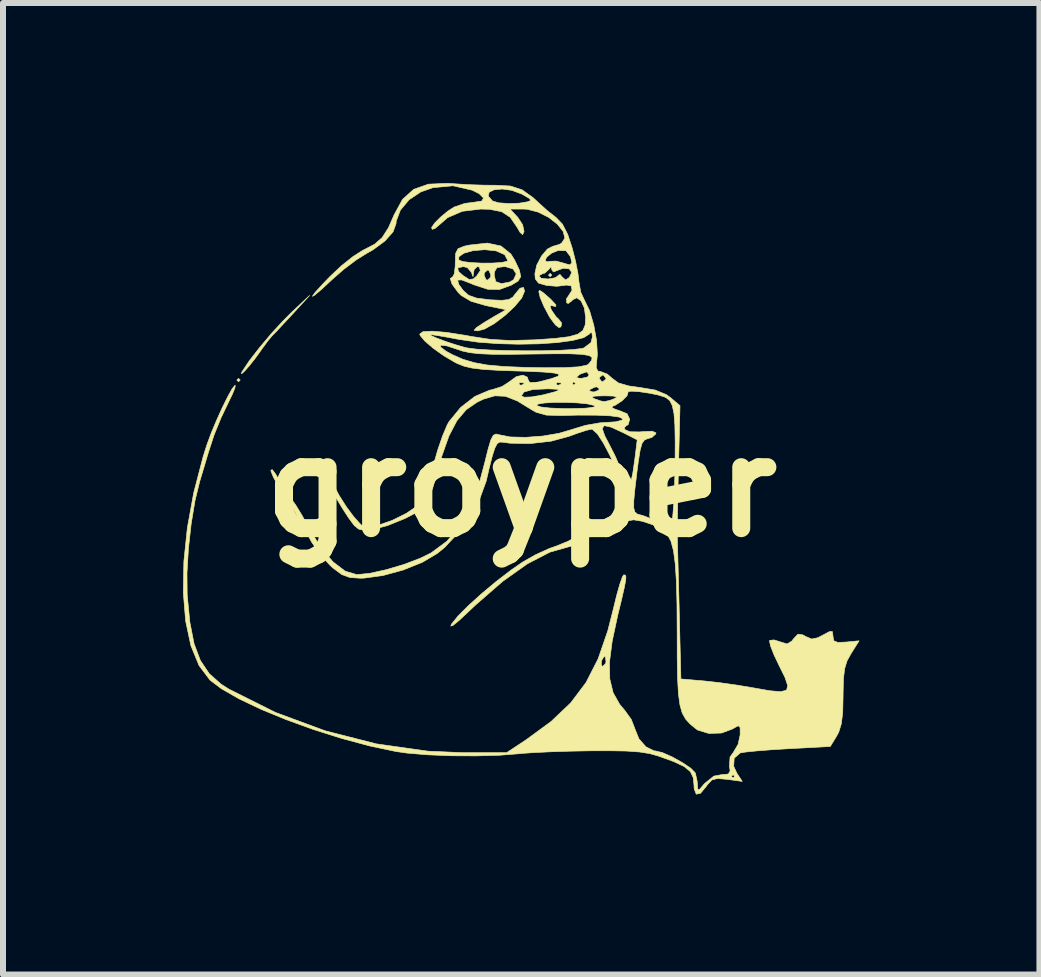
<source format=kicad_pcb>
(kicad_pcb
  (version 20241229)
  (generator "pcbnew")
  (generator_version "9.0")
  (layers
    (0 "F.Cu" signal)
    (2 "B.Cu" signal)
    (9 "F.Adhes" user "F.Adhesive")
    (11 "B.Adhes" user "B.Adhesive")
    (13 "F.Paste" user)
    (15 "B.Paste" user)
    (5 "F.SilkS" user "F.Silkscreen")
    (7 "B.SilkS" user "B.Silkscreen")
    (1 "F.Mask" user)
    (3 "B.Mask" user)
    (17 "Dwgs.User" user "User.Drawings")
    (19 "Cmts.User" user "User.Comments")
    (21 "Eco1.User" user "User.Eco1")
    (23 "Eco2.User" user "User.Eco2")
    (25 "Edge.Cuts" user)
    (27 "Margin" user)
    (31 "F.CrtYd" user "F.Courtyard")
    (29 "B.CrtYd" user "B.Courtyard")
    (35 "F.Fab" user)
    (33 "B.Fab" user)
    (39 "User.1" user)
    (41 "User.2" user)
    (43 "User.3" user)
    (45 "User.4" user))
  (footprint "groyper"
    (layer "F.Cu")
    (at 5.638 5.062)
    (property "Reference" "groyper" (at 0 0 0) (layer "F.SilkS") (effects (font (size 1.524 1.524) (thickness 0.3))))
    (attr through_hole)
    (fp_poly (pts (xy -4.685 -1.778) (xy -4.713 -1.75) (xy -4.741 -1.778) (xy -4.713 -1.806) (xy -4.685 -1.778)) (stroke (width 0.01) (type solid)) (fill yes) (layer "F.SilkS"))
    (fp_poly (pts (xy 0.508 -3.528) (xy 0.48 -3.5) (xy 0.452 -3.528) (xy 0.48 -3.556) (xy 0.508 -3.528)) (stroke (width 0.01) (type solid)) (fill yes) (layer "F.SilkS"))
    (fp_poly (pts (xy -3.81 -2.881) (xy -3.957 -2.723) (xy -4.078 -2.593) (xy -4.151 -2.518) (xy -4.154 -2.515) (xy -4.224 -2.432) (xy -4.321 -2.3) (xy -4.35 -2.258) (xy -4.44 -2.134) (xy -4.533 -2.017) (xy -4.613 -1.926) (xy -4.662 -1.882) (xy -4.662 -1.902) (xy -4.653 -1.919) (xy -4.537 -2.094) (xy -4.365 -2.316) (xy -4.165 -2.554) (xy -3.961 -2.775) (xy -3.829 -2.907) (xy -3.528 -3.189) (xy -3.81 -2.881)) (stroke (width 0.01) (type solid)) (fill yes) (layer "F.SilkS"))
    (fp_poly (pts (xy 0.359 -3.239) (xy 0.461 -3.151) (xy 0.491 -3.124) (xy 0.576 -3.032) (xy 0.573 -3.003) (xy 0.549 -3.009) (xy 0.481 -3.022) (xy 0.492 -2.967) (xy 0.507 -2.937) (xy 0.579 -2.833) (xy 0.621 -2.794) (xy 0.673 -2.727) (xy 0.66 -2.665) (xy 0.626 -2.653) (xy 0.568 -2.697) (xy 0.486 -2.807) (xy 0.463 -2.843) (xy 0.374 -3.011) (xy 0.313 -3.157) (xy 0.291 -3.252) (xy 0.304 -3.274) (xy 0.359 -3.239)) (stroke (width 0.01) (type solid)) (fill yes) (layer "F.SilkS"))
    (fp_poly (pts (xy -0.339 -4.012) (xy -0.175 -3.88) (xy -0.113 -3.781) (xy -0.031 -3.608) (xy -0.01 -3.5) (xy -0.055 -3.428) (xy -0.167 -3.36) (xy -0.363 -3.288) (xy -0.559 -3.291) (xy -0.795 -3.368) (xy -0.833 -3.385) (xy -0.993 -3.447) (xy -1.062 -3.444) (xy -1.043 -3.373) (xy -0.968 -3.27) (xy -0.878 -3.191) (xy -0.746 -3.144) (xy -0.539 -3.118) (xy -0.521 -3.116) (xy -0.325 -3.107) (xy -0.209 -3.12) (xy -0.141 -3.161) (xy -0.104 -3.211) (xy -0.022 -3.309) (xy 0.037 -3.322) (xy 0.054 -3.26) (xy 0.007 -3.147) (xy -0.112 -3.004) (xy -0.273 -2.854) (xy -0.45 -2.72) (xy -0.614 -2.628) (xy -0.728 -2.598) (xy -0.787 -2.607) (xy -0.754 -2.647) (xy -0.724 -2.669) (xy -0.611 -2.743) (xy -0.461 -2.833) (xy -0.442 -2.844) (xy -0.254 -2.951) (xy -0.589 -3.019) (xy -0.836 -3.09) (xy -1.002 -3.188) (xy -1.054 -3.24) (xy -1.156 -3.38) (xy -1.184 -3.471) (xy -1.143 -3.499) (xy -1.117 -3.55) (xy -1.105 -3.649) (xy -1.059 -3.649) (xy -1.049 -3.59) (xy -0.974 -3.522) (xy -0.87 -3.455) (xy -0.801 -3.463) (xy -0.745 -3.511) (xy -0.734 -3.528) (xy -0.621 -3.528) (xy -0.59 -3.453) (xy -0.564 -3.443) (xy -0.514 -3.489) (xy -0.508 -3.528) (xy -0.452 -3.528) (xy -0.427 -3.419) (xy -0.336 -3.387) (xy -0.322 -3.387) (xy -0.191 -3.413) (xy -0.129 -3.45) (xy -0.085 -3.547) (xy -0.136 -3.628) (xy -0.262 -3.668) (xy -0.288 -3.669) (xy -0.406 -3.652) (xy -0.448 -3.583) (xy -0.452 -3.528) (xy -0.508 -3.528) (xy -0.538 -3.603) (xy -0.564 -3.612) (xy -0.615 -3.567) (xy -0.621 -3.528) (xy -0.734 -3.528) (xy -0.683 -3.604) (xy -0.701 -3.662) (xy -0.734 -3.669) (xy -0.785 -3.622) (xy -0.797 -3.57) (xy -0.805 -3.501) (xy -0.821 -3.541) (xy -0.829 -3.57) (xy -0.899 -3.652) (xy -0.964 -3.669) (xy -1.059 -3.649) (xy -1.105 -3.649) (xy -1.102 -3.676) (xy -1.101 -3.739) (xy -1.099 -3.779) (xy -1.042 -3.779) (xy -0.976 -3.753) (xy -0.837 -3.736) (xy -0.66 -3.727) (xy -0.478 -3.728) (xy -0.325 -3.738) (xy -0.236 -3.758) (xy -0.226 -3.77) (xy -0.278 -3.868) (xy -0.42 -3.931) (xy -0.608 -3.951) (xy -0.805 -3.935) (xy -0.958 -3.892) (xy -1.042 -3.832) (xy -1.042 -3.779) (xy -1.099 -3.779) (xy -1.095 -3.89) (xy -1.055 -3.967) (xy -0.952 -4.009) (xy -0.865 -4.028) (xy -0.566 -4.061) (xy -0.339 -4.012)) (stroke (width 0.01) (type solid)) (fill yes) (layer "F.SilkS"))
    (fp_poly (pts (xy -1.157 -5.052) (xy -0.893 -5.035) (xy -0.614 -5.026) (xy -0.433 -5.025) (xy -0.182 -5.012) (xy 0.012 -4.949) (xy 0.197 -4.817) (xy 0.293 -4.728) (xy 0.438 -4.597) (xy 0.579 -4.487) (xy 0.684 -4.378) (xy 0.773 -4.205) (xy 0.847 -3.98) (xy 0.904 -3.757) (xy 0.944 -3.553) (xy 0.96 -3.414) (xy 0.99 -3.242) (xy 1.05 -3.113) (xy 1.136 -2.937) (xy 1.207 -2.695) (xy 1.254 -2.435) (xy 1.267 -2.203) (xy 1.26 -2.131) (xy 1.247 -1.99) (xy 1.273 -1.93) (xy 1.324 -1.919) (xy 1.432 -1.878) (xy 1.515 -1.806) (xy 1.618 -1.73) (xy 1.793 -1.68) (xy 1.967 -1.656) (xy 2.231 -1.612) (xy 2.416 -1.536) (xy 2.485 -1.486) (xy 2.644 -1.352) (xy 2.619 -0.323) (xy 2.611 0.013) (xy 2.605 0.316) (xy 2.601 0.566) (xy 2.598 0.741) (xy 2.599 0.818) (xy 2.601 0.908) (xy 2.606 1.091) (xy 2.613 1.349) (xy 2.621 1.662) (xy 2.63 2.011) (xy 2.631 2.067) (xy 2.659 3.203) (xy 3.037 3.235) (xy 3.292 3.263) (xy 3.591 3.305) (xy 3.855 3.349) (xy 4.139 3.399) (xy 4.323 3.415) (xy 4.42 3.389) (xy 4.439 3.313) (xy 4.393 3.176) (xy 4.3 2.988) (xy 4.21 2.799) (xy 4.152 2.65) (xy 4.135 2.566) (xy 4.138 2.56) (xy 4.212 2.552) (xy 4.316 2.585) (xy 4.429 2.619) (xy 4.506 2.573) (xy 4.536 2.534) (xy 4.61 2.456) (xy 4.692 2.468) (xy 4.737 2.494) (xy 4.838 2.537) (xy 4.94 2.516) (xy 5.025 2.472) (xy 5.138 2.412) (xy 5.184 2.413) (xy 5.193 2.479) (xy 5.193 2.492) (xy 5.208 2.567) (xy 5.274 2.594) (xy 5.411 2.588) (xy 5.629 2.567) (xy 5.496 2.778) (xy 5.428 2.901) (xy 5.388 3.031) (xy 5.368 3.201) (xy 5.362 3.446) (xy 5.362 3.484) (xy 5.356 3.758) (xy 5.333 3.949) (xy 5.29 4.088) (xy 5.255 4.154) (xy 5.149 4.328) (xy 4.44 4.366) (xy 4.162 4.383) (xy 3.922 4.402) (xy 3.743 4.42) (xy 3.65 4.435) (xy 3.648 4.436) (xy 3.547 4.523) (xy 3.539 4.658) (xy 3.591 4.772) (xy 3.682 4.91) (xy 3.432 4.876) (xy 3.27 4.862) (xy 3.175 4.886) (xy 3.103 4.963) (xy 3.085 4.989) (xy 2.986 5.108) (xy 2.915 5.123) (xy 2.88 5.033) (xy 2.878 4.981) (xy 2.865 4.848) (xy 2.817 4.747) (xy 2.714 4.662) (xy 2.538 4.579) (xy 2.286 4.488) (xy 2.142 4.447) (xy 1.972 4.42) (xy 1.753 4.404) (xy 1.463 4.399) (xy 1.156 4.4) (xy 0.825 4.406) (xy 0.503 4.416) (xy 0.223 4.429) (xy 0.014 4.443) (xy -0.03 4.448) (xy -0.362 4.474) (xy -0.752 4.485) (xy -1.164 4.483) (xy -1.561 4.467) (xy -1.906 4.438) (xy -2.088 4.412) (xy -2.528 4.319) (xy -2.993 4.194) (xy -3.462 4.046) (xy -3.918 3.881) (xy -4.339 3.708) (xy -4.706 3.533) (xy -5 3.364) (xy -5.188 3.222) (xy -5.371 2.979) (xy -5.507 2.647) (xy -5.594 2.239) (xy -5.633 1.767) (xy -5.624 1.245) (xy -5.566 0.685) (xy -5.46 0.101) (xy -5.305 -0.494) (xy -5.24 -0.7) (xy -5.17 -0.89) (xy -5.08 -1.105) (xy -4.984 -1.317) (xy -4.892 -1.503) (xy -4.817 -1.637) (xy -4.77 -1.693) (xy -4.768 -1.693) (xy -4.772 -1.649) (xy -4.818 -1.537) (xy -4.845 -1.482) (xy -5.003 -1.152) (xy -5.12 -0.865) (xy -5.216 -0.57) (xy -5.218 -0.564) (xy -5.279 -0.358) (xy -5.336 -0.168) (xy -5.361 -0.085) (xy -5.438 0.23) (xy -5.502 0.616) (xy -5.548 1.032) (xy -5.572 1.437) (xy -5.569 1.79) (xy -5.568 1.806) (xy -5.524 2.258) (xy -5.454 2.616) (xy -5.348 2.896) (xy -5.201 3.115) (xy -5.003 3.29) (xy -4.876 3.371) (xy -4.097 3.761) (xy -3.268 4.067) (xy -2.413 4.285) (xy -1.556 4.406) (xy -0.983 4.431) (xy -0.244 4.431) (xy 0.089 4.21) (xy 0.498 3.91) (xy 0.823 3.601) (xy 1.079 3.261) (xy 1.222 2.98) (xy 1.333 2.98) (xy 1.356 2.992) (xy 1.405 2.946) (xy 1.411 2.907) (xy 1.399 2.832) (xy 1.389 2.822) (xy 1.353 2.866) (xy 1.334 2.907) (xy 1.333 2.98) (xy 1.222 2.98) (xy 1.28 2.867) (xy 1.441 2.399) (xy 1.531 2.046) (xy 1.589 1.808) (xy 1.643 1.618) (xy 1.686 1.498) (xy 1.706 1.468) (xy 1.732 1.472) (xy 1.743 1.499) (xy 1.738 1.565) (xy 1.714 1.689) (xy 1.668 1.889) (xy 1.607 2.139) (xy 1.514 2.573) (xy 1.469 2.922) (xy 1.474 3.202) (xy 1.529 3.43) (xy 1.637 3.623) (xy 1.727 3.731) (xy 1.833 3.879) (xy 1.894 4.037) (xy 1.895 4.041) (xy 1.96 4.201) (xy 2.077 4.334) (xy 2.211 4.4) (xy 2.238 4.403) (xy 2.353 4.431) (xy 2.514 4.502) (xy 2.683 4.596) (xy 2.824 4.691) (xy 2.898 4.767) (xy 2.9 4.772) (xy 2.93 4.907) (xy 2.935 4.979) (xy 2.942 5.049) (xy 2.975 5.038) (xy 3.052 4.947) (xy 3.203 4.826) (xy 3.5 4.826) (xy 3.528 4.854) (xy 3.556 4.826) (xy 3.528 4.798) (xy 3.5 4.826) (xy 3.203 4.826) (xy 3.207 4.822) (xy 3.335 4.798) (xy 3.45 4.787) (xy 3.48 4.734) (xy 3.468 4.662) (xy 3.478 4.504) (xy 3.537 4.421) (xy 3.613 4.291) (xy 3.647 4.133) (xy 3.646 4.011) (xy 3.615 3.982) (xy 3.531 4.028) (xy 3.522 4.035) (xy 3.337 4.104) (xy 3.125 4.111) (xy 2.941 4.055) (xy 2.911 4.035) (xy 2.813 3.954) (xy 2.737 3.871) (xy 2.681 3.77) (xy 2.643 3.634) (xy 2.618 3.448) (xy 2.604 3.197) (xy 2.598 2.864) (xy 2.597 2.434) (xy 2.597 2.434) (xy 2.594 1.955) (xy 2.584 1.577) (xy 2.565 1.285) (xy 2.536 1.067) (xy 2.494 0.91) (xy 2.437 0.8) (xy 2.364 0.726) (xy 2.344 0.712) (xy 2.19 0.633) (xy 2.021 0.576) (xy 1.872 0.551) (xy 1.78 0.566) (xy 1.771 0.575) (xy 1.719 0.592) (xy 1.688 0.556) (xy 1.639 0.517) (xy 1.553 0.533) (xy 1.43 0.593) (xy 1.246 0.704) (xy 1.072 0.829) (xy 1.053 0.845) (xy 0.926 0.938) (xy 0.825 0.991) (xy 0.813 0.994) (xy 0.475 1.09) (xy 0.102 1.283) (xy -0.309 1.575) (xy -0.762 1.969) (xy -0.871 2.072) (xy -1.039 2.229) (xy -1.143 2.313) (xy -1.177 2.321) (xy -1.159 2.283) (xy -1.055 2.154) (xy -0.881 1.98) (xy -0.661 1.781) (xy -0.418 1.578) (xy -0.174 1.391) (xy 0.023 1.254) (xy 0.235 1.134) (xy 0.463 1.03) (xy 0.579 0.989) (xy 0.77 0.912) (xy 0.994 0.792) (xy 1.166 0.68) (xy 1.347 0.564) (xy 1.51 0.482) (xy 1.618 0.452) (xy 1.721 0.424) (xy 1.75 0.322) (xy 1.75 0.319) (xy 1.727 0.155) (xy 1.667 -0.057) (xy 1.579 -0.291) (xy 1.476 -0.522) (xy 1.369 -0.726) (xy 1.269 -0.879) (xy 1.187 -0.955) (xy 1.169 -0.96) (xy 1.082 -0.94) (xy 0.929 -0.89) (xy 0.79 -0.839) (xy 0.493 -0.759) (xy 0.147 -0.72) (xy -0.189 -0.726) (xy -0.304 -0.742) (xy -0.359 -0.745) (xy -0.402 -0.719) (xy -0.441 -0.646) (xy -0.485 -0.509) (xy -0.54 -0.291) (xy -0.585 -0.095) (xy -0.729 0.298) (xy -0.966 0.675) (xy -1.276 1.009) (xy -1.401 1.111) (xy -1.65 1.259) (xy -1.966 1.386) (xy -2.305 1.479) (xy -2.62 1.522) (xy -2.68 1.524) (xy -2.857 1.512) (xy -2.994 1.462) (xy -3.141 1.352) (xy -3.182 1.315) (xy -3.347 1.135) (xy -3.496 0.92) (xy -3.544 0.83) (xy -3.643 0.642) (xy -3.779 0.411) (xy -3.923 0.189) (xy -3.925 0.186) (xy -4.044 -0.000124) (xy -4.132 -0.16) (xy -4.173 -0.263) (xy -4.174 -0.275) (xy -4.151 -0.286) (xy -4.095 -0.212) (xy -4.055 -0.141) (xy -3.958 0.027) (xy -3.86 0.169) (xy -3.836 0.198) (xy -3.761 0.302) (xy -3.657 0.473) (xy -3.545 0.676) (xy -3.532 0.7) (xy -3.342 1.013) (xy -3.138 1.252) (xy -2.934 1.407) (xy -2.742 1.464) (xy -2.738 1.464) (xy -2.523 1.442) (xy -2.248 1.381) (xy -1.955 1.294) (xy -1.684 1.191) (xy -1.503 1.102) (xy -1.241 0.908) (xy -1.024 0.656) (xy -0.845 0.33) (xy -0.695 -0.083) (xy -0.612 -0.394) (xy -0.552 -0.634) (xy -0.507 -0.783) (xy -0.467 -0.858) (xy -0.423 -0.879) (xy -0.371 -0.867) (xy -0.183 -0.83) (xy 0.072 -0.824) (xy 0.356 -0.845) (xy 0.628 -0.891) (xy 0.835 -0.952) (xy 0.899 -0.972) (xy 1.348 -0.972) (xy 1.39 -0.849) (xy 1.458 -0.72) (xy 1.566 -0.508) (xy 1.66 -0.288) (xy 1.699 -0.178) (xy 1.746 -0.046) (xy 1.787 -0.008) (xy 1.824 -0.07) (xy 1.859 -0.236) (xy 1.892 -0.466) (xy 1.931 -0.782) (xy 1.702 -0.899) (xy 1.498 -0.993) (xy 1.382 -1.019) (xy 1.348 -0.972) (xy 0.899 -0.972) (xy 1.066 -1.023) (xy 1.311 -1.066) (xy 1.413 -1.072) (xy 1.574 -1.083) (xy 1.675 -1.109) (xy 1.693 -1.129) (xy 1.639 -1.16) (xy 1.486 -1.182) (xy 1.247 -1.193) (xy 0.934 -1.194) (xy 0.661 -1.187) (xy 0.417 -1.194) (xy 0.245 -1.242) (xy 0.182 -1.278) (xy 0.056 -1.355) (xy 0.254 -1.355) (xy 0.323 -1.33) (xy 0.479 -1.312) (xy 0.695 -1.303) (xy 0.808 -1.302) (xy 1.059 -1.309) (xy 1.118 -1.315) (xy 1.51 -1.315) (xy 1.595 -1.281) (xy 1.623 -1.274) (xy 1.762 -1.217) (xy 1.806 -1.126) (xy 1.806 -1.124) (xy 1.78 -1.035) (xy 1.746 -1.016) (xy 1.715 -0.981) (xy 1.726 -0.953) (xy 1.807 -0.917) (xy 1.971 -0.914) (xy 2.014 -0.918) (xy 2.179 -0.926) (xy 2.242 -0.9) (xy 2.242 -0.882) (xy 2.175 -0.822) (xy 2.107 -0.802) (xy 2.052 -0.78) (xy 2.011 -0.722) (xy 1.979 -0.606) (xy 1.948 -0.411) (xy 1.928 -0.255) (xy 1.893 0.034) (xy 1.874 0.23) (xy 1.873 0.352) (xy 1.892 0.42) (xy 1.934 0.455) (xy 2.002 0.474) (xy 2.018 0.477) (xy 2.18 0.539) (xy 2.314 0.62) (xy 2.414 0.69) (xy 2.463 0.687) (xy 2.502 0.609) (xy 2.504 0.604) (xy 2.522 0.505) (xy 2.538 0.317) (xy 2.551 0.063) (xy 2.56 -0.233) (xy 2.562 -0.367) (xy 2.564 -0.743) (xy 2.559 -1.022) (xy 2.544 -1.22) (xy 2.516 -1.352) (xy 2.474 -1.435) (xy 2.414 -1.484) (xy 2.389 -1.496) (xy 2.276 -1.531) (xy 2.124 -1.561) (xy 1.968 -1.584) (xy 1.842 -1.593) (xy 1.78 -1.585) (xy 1.78 -1.577) (xy 1.761 -1.516) (xy 1.679 -1.433) (xy 1.569 -1.361) (xy 1.524 -1.342) (xy 1.51 -1.315) (xy 1.118 -1.315) (xy 1.2 -1.323) (xy 1.23 -1.345) (xy 1.214 -1.355) (xy 1.104 -1.381) (xy 0.937 -1.398) (xy 0.742 -1.406) (xy 0.547 -1.406) (xy 0.383 -1.396) (xy 0.276 -1.378) (xy 0.254 -1.355) (xy 0.056 -1.355) (xy -0.066 -1.43) (xy -0.264 -1.508) (xy -0.423 -1.515) (xy 0 -1.515) (xy 0.05 -1.492) (xy 0.115 -1.495) (xy 1.174 -1.495) (xy 1.214 -1.468) (xy 1.33 -1.428) (xy 1.383 -1.419) (xy 1.477 -1.44) (xy 1.552 -1.468) (xy 1.591 -1.496) (xy 1.533 -1.512) (xy 1.383 -1.516) (xy 1.226 -1.511) (xy 1.174 -1.495) (xy 0.115 -1.495) (xy 0.18 -1.498) (xy 0.366 -1.532) (xy 0.564 -1.584) (xy 0.61 -1.603) (xy 1.129 -1.603) (xy 1.175 -1.583) (xy 1.214 -1.58) (xy 1.289 -1.61) (xy 1.298 -1.635) (xy 1.257 -1.666) (xy 1.214 -1.657) (xy 1.139 -1.617) (xy 1.129 -1.603) (xy 0.61 -1.603) (xy 0.629 -1.61) (xy 0.6 -1.625) (xy 0.47 -1.631) (xy 0.442 -1.632) (xy 0.192 -1.621) (xy 0.044 -1.579) (xy 0 -1.515) (xy -0.423 -1.515) (xy -0.442 -1.516) (xy -0.631 -1.46) (xy -0.736 -1.41) (xy -0.919 -1.284) (xy -1.073 -1.102) (xy -1.206 -0.847) (xy -1.328 -0.503) (xy -1.395 -0.264) (xy -1.472 0.004) (xy -1.546 0.212) (xy -1.609 0.342) (xy -1.637 0.373) (xy -1.942 0.53) (xy -2.229 0.646) (xy -2.466 0.71) (xy -2.511 0.716) (xy -2.627 0.724) (xy -2.71 0.706) (xy -2.785 0.645) (xy -2.876 0.522) (xy -2.977 0.367) (xy -3.091 0.178) (xy -3.175 0.015) (xy -3.212 -0.09) (xy -3.213 -0.101) (xy -3.197 -0.143) (xy -3.154 -0.081) (xy -3.142 -0.055) (xy -3.038 0.142) (xy -2.913 0.338) (xy -2.785 0.509) (xy -2.674 0.631) (xy -2.596 0.677) (xy -2.595 0.677) (xy -2.395 0.645) (xy -2.154 0.561) (xy -1.919 0.445) (xy -1.733 0.318) (xy -1.688 0.274) (xy -1.636 0.176) (xy -1.569 -0.001) (xy -1.5 -0.228) (xy -1.468 -0.351) (xy -1.395 -0.608) (xy -1.313 -0.847) (xy -1.235 -1.031) (xy -1.207 -1.082) (xy -1.012 -1.321) (xy -0.775 -1.505) (xy -0.529 -1.61) (xy -0.487 -1.618) (xy -0.323 -1.67) (xy -0.228 -1.731) (xy -0.038 -1.731) (xy -0.03 -1.697) (xy 0 -1.693) (xy 0.046 -1.714) (xy 0.038 -1.731) (xy 0.583 -1.731) (xy 0.591 -1.697) (xy 0.621 -1.693) (xy 0.667 -1.714) (xy 0.663 -1.722) (xy 0.847 -1.722) (xy 0.875 -1.693) (xy 0.903 -1.722) (xy 0.875 -1.75) (xy 0.847 -1.722) (xy 0.663 -1.722) (xy 0.659 -1.731) (xy 0.592 -1.738) (xy 0.583 -1.731) (xy 0.038 -1.731) (xy -0.029 -1.738) (xy -0.038 -1.731) (xy -0.228 -1.731) (xy -0.197 -1.751) (xy -0.191 -1.757) (xy -0.082 -1.836) (xy 0.028 -1.86) (xy 0.101 -1.826) (xy 0.113 -1.784) (xy 0.14 -1.735) (xy 0.237 -1.737) (xy 0.296 -1.749) (xy 0.5 -1.802) (xy 0.512 -1.806) (xy 1.298 -1.806) (xy 1.341 -1.751) (xy 1.355 -1.75) (xy 1.409 -1.793) (xy 1.411 -1.806) (xy 1.368 -1.861) (xy 1.355 -1.863) (xy 1.3 -1.82) (xy 1.298 -1.806) (xy 0.512 -1.806) (xy 0.554 -1.821) (xy 0.915 -1.821) (xy 0.971 -1.808) (xy 1.002 -1.807) (xy 1.101 -1.828) (xy 1.129 -1.863) (xy 1.093 -1.915) (xy 0.991 -1.882) (xy 0.96 -1.863) (xy 0.915 -1.821) (xy 0.554 -1.821) (xy 0.613 -1.842) (xy 0.631 -1.873) (xy 0.551 -1.895) (xy 0.368 -1.912) (xy 0.077 -1.925) (xy -0.056 -1.929) (xy -0.393 -1.941) (xy -0.64 -1.956) (xy -0.819 -1.978) (xy -0.953 -2.009) (xy -1.065 -2.053) (xy -1.107 -2.074) (xy -1.293 -2.184) (xy -1.469 -2.309) (xy -1.492 -2.329) (xy -1.348 -2.329) (xy -1.254 -2.259) (xy -1.148 -2.201) (xy -0.975 -2.125) (xy -0.788 -2.069) (xy -0.566 -2.029) (xy -0.287 -2.004) (xy 0.069 -1.989) (xy 0.37 -1.984) (xy 0.715 -1.985) (xy 0.953 -1.999) (xy 1.088 -2.026) (xy 1.118 -2.043) (xy 1.171 -2.107) (xy 1.179 -2.154) (xy 1.13 -2.187) (xy 1.012 -2.207) (xy 0.813 -2.216) (xy 0.524 -2.216) (xy 0.187 -2.212) (xy -0.195 -2.207) (xy -0.483 -2.208) (xy -0.698 -2.217) (xy -0.858 -2.235) (xy -0.982 -2.262) (xy -1.055 -2.287) (xy -1.242 -2.348) (xy -1.342 -2.36) (xy -1.348 -2.329) (xy -1.492 -2.329) (xy -1.608 -2.428) (xy -1.685 -2.52) (xy -1.691 -2.536) (xy -1.515 -2.536) (xy -1.501 -2.518) (xy -1.409 -2.477) (xy -1.268 -2.424) (xy -1.108 -2.371) (xy -0.958 -2.327) (xy -0.903 -2.314) (xy -0.751 -2.294) (xy -0.523 -2.279) (xy -0.245 -2.27) (xy 0.059 -2.266) (xy 0.362 -2.267) (xy 0.639 -2.274) (xy 0.864 -2.287) (xy 1.011 -2.305) (xy 1.041 -2.313) (xy 1.16 -2.402) (xy 1.184 -2.496) (xy 1.175 -2.578) (xy 1.141 -2.556) (xy 1.133 -2.545) (xy 1.039 -2.485) (xy 0.853 -2.438) (xy 0.597 -2.403) (xy 0.291 -2.382) (xy -0.045 -2.376) (xy -0.389 -2.385) (xy -0.722 -2.41) (xy -1.021 -2.453) (xy -1.035 -2.455) (xy -1.247 -2.495) (xy -1.414 -2.523) (xy -1.507 -2.536) (xy -1.515 -2.536) (xy -1.691 -2.536) (xy -1.693 -2.545) (xy -1.641 -2.584) (xy -1.489 -2.593) (xy -1.249 -2.573) (xy -0.93 -2.523) (xy -0.839 -2.506) (xy -0.514 -2.456) (xy -0.184 -2.438) (xy 0.201 -2.448) (xy 0.246 -2.45) (xy 0.569 -2.473) (xy 0.795 -2.501) (xy 0.942 -2.543) (xy 1.026 -2.605) (xy 1.064 -2.696) (xy 1.072 -2.817) (xy 1.05 -2.981) (xy 0.995 -3.099) (xy 0.924 -3.15) (xy 0.854 -3.115) (xy 0.845 -3.102) (xy 0.783 -3.055) (xy 0.755 -3.065) (xy 0.752 -3.133) (xy 0.78 -3.173) (xy 0.845 -3.276) (xy 0.831 -3.349) (xy 0.746 -3.362) (xy 0.729 -3.357) (xy 0.592 -3.341) (xy 0.423 -3.355) (xy 0.418 -3.356) (xy 0.286 -3.394) (xy 0.233 -3.464) (xy 0.229 -3.51) (xy 0.295 -3.51) (xy 0.331 -3.475) (xy 0.441 -3.463) (xy 0.449 -3.463) (xy 0.569 -3.484) (xy 0.622 -3.526) (xy 0.622 -3.527) (xy 0.645 -3.538) (xy 0.676 -3.5) (xy 0.736 -3.447) (xy 0.799 -3.486) (xy 0.84 -3.572) (xy 0.798 -3.632) (xy 0.7 -3.642) (xy 0.627 -3.616) (xy 0.535 -3.58) (xy 0.507 -3.617) (xy 0.507 -3.625) (xy 0.495 -3.666) (xy 0.458 -3.622) (xy 0.39 -3.56) (xy 0.362 -3.555) (xy 0.301 -3.522) (xy 0.295 -3.51) (xy 0.229 -3.51) (xy 0.226 -3.551) (xy 0.257 -3.695) (xy 0.296 -3.768) (xy 0.396 -3.768) (xy 0.435 -3.748) (xy 0.469 -3.757) (xy 0.576 -3.761) (xy 0.681 -3.734) (xy 0.802 -3.698) (xy 0.842 -3.728) (xy 0.82 -3.834) (xy 0.744 -3.934) (xy 0.611 -3.937) (xy 0.504 -3.893) (xy 0.422 -3.827) (xy 0.396 -3.768) (xy 0.296 -3.768) (xy 0.336 -3.845) (xy 0.435 -3.962) (xy 0.526 -4.008) (xy 0.631 -4.038) (xy 0.669 -4.058) (xy 0.726 -4.144) (xy 0.697 -4.255) (xy 0.601 -4.376) (xy 0.456 -4.489) (xy 0.282 -4.577) (xy 0.097 -4.625) (xy 0.034 -4.628) (xy -0.189 -4.628) (xy -0.061 -4.492) (xy 0.021 -4.368) (xy 0.045 -4.256) (xy 0.045 -4.252) (xy 0.021 -4.202) (xy -0.021 -4.239) (xy -0.074 -4.33) (xy -0.185 -4.491) (xy -0.327 -4.584) (xy -0.53 -4.624) (xy -0.676 -4.628) (xy -0.984 -4.591) (xy -1.23 -4.485) (xy -1.352 -4.378) (xy -1.439 -4.305) (xy -1.484 -4.29) (xy -1.496 -4.32) (xy -1.442 -4.397) (xy -1.344 -4.495) (xy -1.226 -4.593) (xy -1.118 -4.662) (xy -0.943 -4.722) (xy -0.793 -4.741) (xy -0.66 -4.761) (xy -0.63 -4.812) (xy -0.663 -4.845) (xy -0.552 -4.845) (xy -0.481 -4.763) (xy -0.378 -4.732) (xy -0.213 -4.72) (xy -0.035 -4.726) (xy 0.11 -4.75) (xy 0.16 -4.773) (xy 0.13 -4.807) (xy 0.029 -4.867) (xy 0.008 -4.878) (xy -0.157 -4.94) (xy -0.317 -4.962) (xy -0.451 -4.95) (xy -0.536 -4.91) (xy -0.552 -4.845) (xy -0.663 -4.845) (xy -0.702 -4.884) (xy -0.817 -4.942) (xy -1.137 -5.016) (xy -1.472 -4.985) (xy -1.675 -4.914) (xy -1.87 -4.784) (xy -2.016 -4.61) (xy -2.086 -4.424) (xy -2.088 -4.385) (xy -2.138 -4.248) (xy -2.274 -4.095) (xy -2.474 -3.948) (xy -2.57 -3.894) (xy -2.748 -3.783) (xy -2.958 -3.625) (xy -3.148 -3.459) (xy -3.338 -3.283) (xy -3.45 -3.189) (xy -3.483 -3.174) (xy -3.436 -3.239) (xy -3.308 -3.38) (xy -3.187 -3.505) (xy -3 -3.681) (xy -2.809 -3.834) (xy -2.65 -3.936) (xy -2.624 -3.949) (xy -2.445 -4.042) (xy -2.318 -4.154) (xy -2.214 -4.317) (xy -2.119 -4.534) (xy -1.98 -4.789) (xy -1.795 -4.956) (xy -1.549 -5.043) (xy -1.226 -5.057) (xy -1.157 -5.052)) (stroke (width 0.01) (type solid)) (fill yes) (layer "F.SilkS")))
  (gr_rect
    (start -3 -3)
    (end 14.272 13.19)
    (stroke (width 0.1) (type default))
    (fill no)
    (layer "Edge.Cuts")))
</source>
